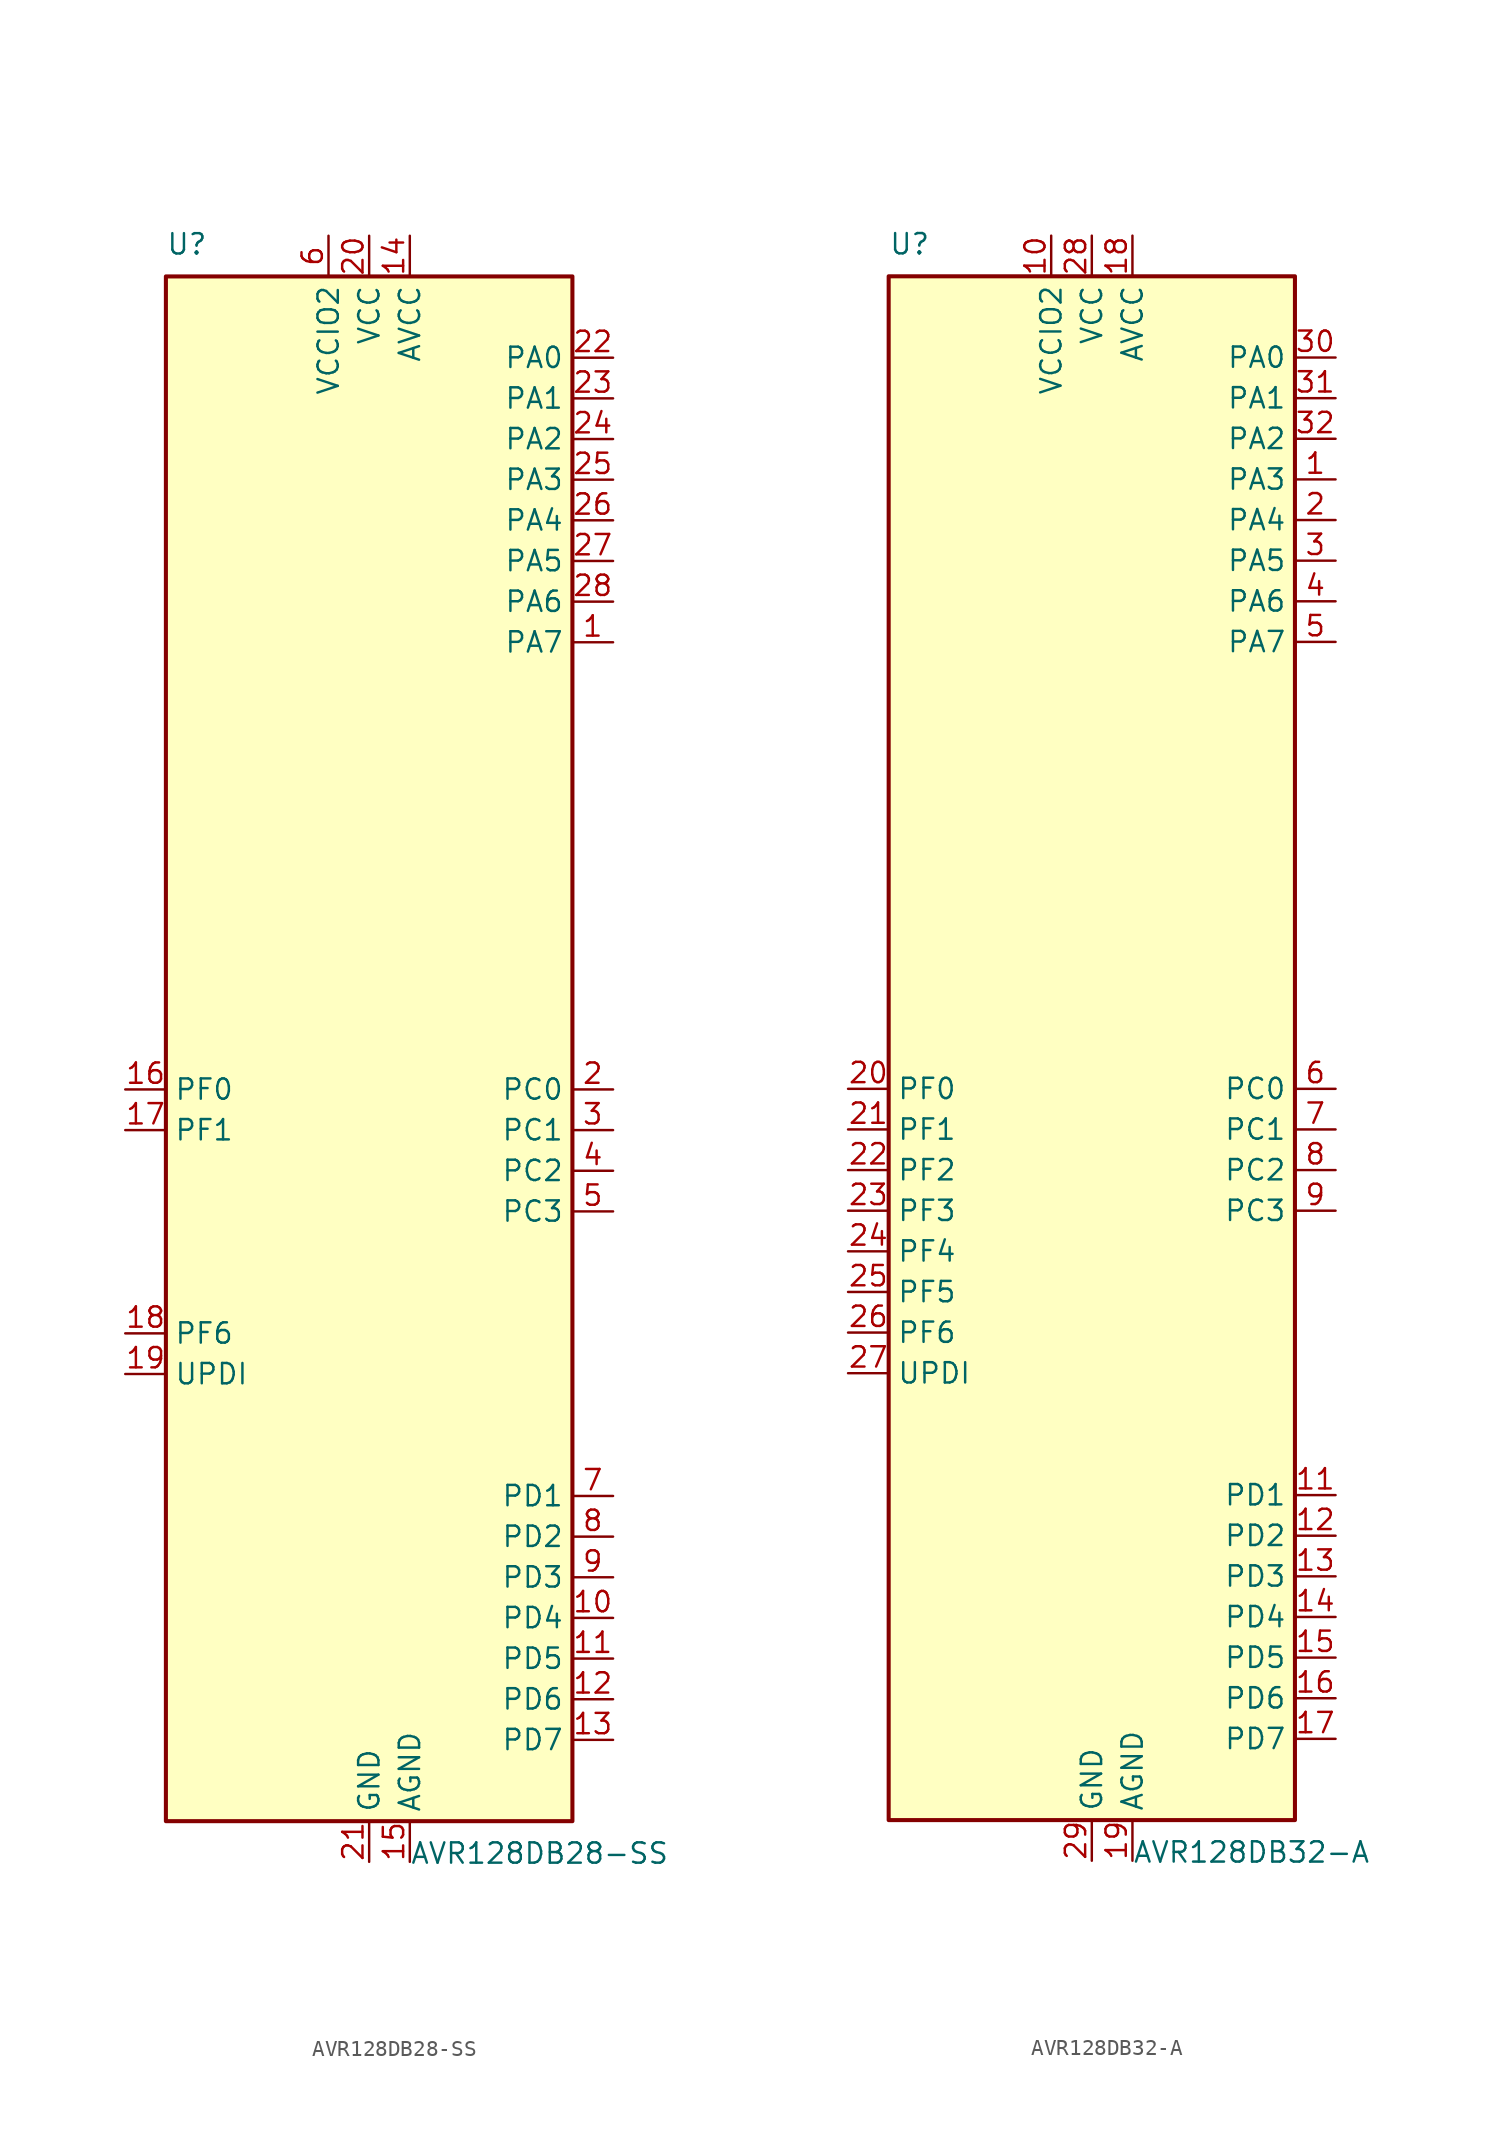
<source format=kicad_sym>
(kicad_symbol_lib
  (version 20211014)
  (generator kicad_symbol_editor)
  (symbol "AVR128DB28-SS"
    (property "Reference" "U"
      (at -12.7 49.53 0)
      (effects (font (size 1.27 1.27)) (justify left bottom)))
    (property "Value" "AVR128DB28-SS"
      (at 2.54 -49.53 0)
      (effects (font (size 1.27 1.27)) (justify left top)))
    (symbol "AVR128DB28-SS_0_1"
      (rectangle (start -12.7 -48.26) (end 12.7 48.26) (stroke (width 0.254) (type default) (color 0 0 0 0)) (fill (type background))))
    (symbol "AVR128DB28-SS_1_1"
      (pin bidirectional line (at 15.24 25.4 180) (length 2.54) (name "PA7" (effects (font (size 1.27 1.27)))) (number "1" (effects (font (size 1.27 1.27)))) (alternate "AC0-OUT" output line) (alternate "AC1-OUT" output line) (alternate "AC2-OUT" output line) (alternate "CLKOUT" output line) (alternate "EVOUTA(1)" output line) (alternate "SPI0-~{SS}" bidirectional line) (alternate "TCD0-WOD" output line) (alternate "USART0-XDIR(1)" output line) (alternate "ZCD0-OUT" output line) (alternate "ZCD1-OUT" output line) (alternate "ZDC2-OUT" output line))
      (pin bidirectional line (at 15.24 -35.56 180) (length 2.54) (name "PD4" (effects (font (size 1.27 1.27)))) (number "10" (effects (font (size 1.27 1.27)))) (alternate "AC1-AINP2" input line) (alternate "AC2-AINP1" input line) (alternate "ADC0-AIN4" input line) (alternate "OP1-INP" input line) (alternate "TCA0-WO4(3)" output line))
      (pin bidirectional line (at 15.24 -38.1 180) (length 2.54) (name "PD5" (effects (font (size 1.27 1.27)))) (number "11" (effects (font (size 1.27 1.27)))) (alternate "AC1-AINN0" input line) (alternate "ADC0-AIN5" input line) (alternate "OP1-OUT" output line) (alternate "TCA0-WO5(3)" output line))
      (pin bidirectional line (at 15.24 -40.64 180) (length 2.54) (name "PD6" (effects (font (size 1.27 1.27)))) (number "12" (effects (font (size 1.27 1.27)))) (alternate "AC0-AINP3" input line) (alternate "AC1-AINP3" input line) (alternate "AC2-AINP3" input line) (alternate "ADC0-AIN6" input line) (alternate "DAC0-OUT" output line) (alternate "LUT2-OUT(1)" output line))
      (pin bidirectional line (at 15.24 -43.18 180) (length 2.54) (name "PD7" (effects (font (size 1.27 1.27)))) (number "13" (effects (font (size 1.27 1.27)))) (alternate "AC0-AINN2" input line) (alternate "AC1-AINN2" input line) (alternate "AC2-AINN0/2" input line) (alternate "ADC0-AIN7" input line) (alternate "EVOUTD(1)" output line) (alternate "OP1-INN" input line) (alternate "VREFA" input line))
      (pin power_in line (at 2.54 50.8 270) (length 2.54) (name "AVCC" (effects (font (size 1.27 1.27)))) (number "14" (effects (font (size 1.27 1.27)))))
      (pin power_in line (at 2.54 -50.8 90) (length 2.54) (name "AGND" (effects (font (size 1.27 1.27)))) (number "15" (effects (font (size 1.27 1.27)))))
      (pin bidirectional line (at -15.24 -2.54 0) (length 2.54) (name "PF0" (effects (font (size 1.27 1.27)))) (number "16" (effects (font (size 1.27 1.27)))) (alternate "ADC0-AIN16(P)" input line) (alternate "LUT3-IN0" input line) (alternate "TCA0-WO0(5)" output line) (alternate "TCD0-WOA(2)" output line) (alternate "USART2-TXD" bidirectional line) (alternate "XTAL32K1" passive line))
      (pin bidirectional line (at -15.24 -5.08 0) (length 2.54) (name "PF1" (effects (font (size 1.27 1.27)))) (number "17" (effects (font (size 1.27 1.27)))) (alternate "ADC0-AIN17(P)" input line) (alternate "LUT3-IN1" input line) (alternate "TCA0-WO1(5)" output line) (alternate "TCD0-WOB(2)" output line) (alternate "USART2-RXD" input line) (alternate "XTAL32K2" passive line))
      (pin input line (at -15.24 -17.78 0) (length 2.54) (name "PF6" (effects (font (size 1.27 1.27)))) (number "18" (effects (font (size 1.27 1.27)))) (alternate "~{RESET}" input line))
      (pin bidirectional line (at -15.24 -20.32 0) (length 2.54) (name "UPDI" (effects (font (size 1.27 1.27)))) (number "19" (effects (font (size 1.27 1.27)))))
      (pin bidirectional line (at 15.24 -2.54 180) (length 2.54) (name "PC0" (effects (font (size 1.27 1.27)))) (number "2" (effects (font (size 1.27 1.27)))) (alternate "LUT1-IN0" input line) (alternate "SPI1-MOSI" bidirectional line) (alternate "TCA0-WO0(2)" output line) (alternate "TCB2-WO" output line) (alternate "USART1-TXD" bidirectional line))
      (pin power_in line (at 0 50.8 270) (length 2.54) (name "VCC" (effects (font (size 1.27 1.27)))) (number "20" (effects (font (size 1.27 1.27)))))
      (pin power_in line (at 0 -50.8 90) (length 2.54) (name "GND" (effects (font (size 1.27 1.27)))) (number "21" (effects (font (size 1.27 1.27)))))
      (pin bidirectional line (at 15.24 43.18 180) (length 2.54) (name "PA0" (effects (font (size 1.27 1.27)))) (number "22" (effects (font (size 1.27 1.27)))) (alternate "EXTCLK" input clock) (alternate "LUT0-IN0" input line) (alternate "TCA0-WO0" output line) (alternate "USART0-TXD" bidirectional line) (alternate "XTALHF1" passive line))
      (pin bidirectional line (at 15.24 40.64 180) (length 2.54) (name "PA1" (effects (font (size 1.27 1.27)))) (number "23" (effects (font (size 1.27 1.27)))) (alternate "LUT0-IN1" input line) (alternate "TCA0-WO1" output line) (alternate "USART0-RXD" input line) (alternate "XTALHF2" passive clock))
      (pin bidirectional line (at 15.24 38.1 180) (length 2.54) (name "PA2" (effects (font (size 1.27 1.27)))) (number "24" (effects (font (size 1.27 1.27)))) (alternate "EVOUTA" output line) (alternate "LUT0-IN2" input line) (alternate "TCA0-WO2" output line) (alternate "TCB0-WO" output line) (alternate "TWI0-SDA(MS)" bidirectional line) (alternate "USART0-XCK" bidirectional line))
      (pin bidirectional line (at 15.24 35.56 180) (length 2.54) (name "PA3" (effects (font (size 1.27 1.27)))) (number "25" (effects (font (size 1.27 1.27)))) (alternate "LUT0-OUT" output line) (alternate "TCA0-WO3" output line) (alternate "TCB1-WO" output line) (alternate "TWI0-SCL(MS)" bidirectional line) (alternate "USART0-XDIR" output line))
      (pin bidirectional line (at 15.24 33.02 180) (length 2.54) (name "PA4" (effects (font (size 1.27 1.27)))) (number "26" (effects (font (size 1.27 1.27)))) (alternate "SPI0-MOSI" bidirectional line) (alternate "TCA0-WO4" output line) (alternate "TCD0-WOA" output line) (alternate "USART0-TXD(1)" bidirectional line))
      (pin bidirectional line (at 15.24 30.48 180) (length 2.54) (name "PA5" (effects (font (size 1.27 1.27)))) (number "27" (effects (font (size 1.27 1.27)))) (alternate "SPI0-MISO" bidirectional line) (alternate "TCA0-WO5" output line) (alternate "TCD0-WOB" output line) (alternate "USART0-RXD(1)" input line))
      (pin bidirectional line (at 15.24 27.94 180) (length 2.54) (name "PA6" (effects (font (size 1.27 1.27)))) (number "28" (effects (font (size 1.27 1.27)))) (alternate "LUT0-OUT(1)" output line) (alternate "SPI0-SCK" bidirectional line) (alternate "TCD0-WOC" output line) (alternate "USART0-XCK(1)" bidirectional line))
      (pin bidirectional line (at 15.24 -5.08 180) (length 2.54) (name "PC1" (effects (font (size 1.27 1.27)))) (number "3" (effects (font (size 1.27 1.27)))) (alternate "LUT1-IN1" input line) (alternate "SPI1-MISO" bidirectional line) (alternate "TCA0-WO1(2)" output line) (alternate "TCB3-WO(1)" output line) (alternate "USART1-RXD" input line))
      (pin bidirectional line (at 15.24 -7.62 180) (length 2.54) (name "PC2" (effects (font (size 1.27 1.27)))) (number "4" (effects (font (size 1.27 1.27)))) (alternate "EVOUTC" output line) (alternate "LUT1-IN2" input line) (alternate "SPI1-SCK" bidirectional line) (alternate "TCA-WO2(2)" output line) (alternate "TWI0-SDA(MS+)(0,2)" bidirectional line) (alternate "USART1-XCK" bidirectional line))
      (pin bidirectional line (at 15.24 -10.16 180) (length 2.54) (name "PC3" (effects (font (size 1.27 1.27)))) (number "5" (effects (font (size 1.27 1.27)))) (alternate "LUT1-OUT" output line) (alternate "SPI1-~{SS}" bidirectional line) (alternate "TCA0-WO3(2)" output line) (alternate "TWI0-SCL(MS)(0,2" bidirectional line) (alternate "USART1-XDIR" output line))
      (pin power_in line (at -2.54 50.8 270) (length 2.54) (name "VCCIO2" (effects (font (size 1.27 1.27)))) (number "6" (effects (font (size 1.27 1.27)))))
      (pin bidirectional line (at 15.24 -27.94 180) (length 2.54) (name "PD1" (effects (font (size 1.27 1.27)))) (number "7" (effects (font (size 1.27 1.27)))) (alternate "ADC0-AIN1" input line) (alternate "LUT2-IN1" input line) (alternate "OP0-INP" input line) (alternate "TCA0-WO1(3)" output line) (alternate "ZCD0-ZCIN" input line))
      (pin bidirectional line (at 15.24 -30.48 180) (length 2.54) (name "PD2" (effects (font (size 1.27 1.27)))) (number "8" (effects (font (size 1.27 1.27)))) (alternate "AC0-AINP0" input line) (alternate "AC1-AINP0" input line) (alternate "AC2-AINP0" input line) (alternate "ADC0-AIN2" input line) (alternate "EVOUTD" output line) (alternate "LUT2-IN2" input line) (alternate "OP0-OUT" output line) (alternate "TCA0-WO2(3)" output line))
      (pin bidirectional line (at 15.24 -33.02 180) (length 2.54) (name "PD3" (effects (font (size 1.27 1.27)))) (number "9" (effects (font (size 1.27 1.27)))) (alternate "AC0-AINN0" input line) (alternate "AC1-AINP1" input line) (alternate "ADC0-AIN3" input line) (alternate "LUT2-OUT" output line) (alternate "OP0-INN" input line) (alternate "TCA0-WO3(3)" output line))))
  (symbol "AVR128DB32-A"
    (property "Reference" "U"
      (at -12.7 49.53 0)
      (effects (font (size 1.27 1.27)) (justify left bottom)))
    (property "Value" "AVR128DB32-A"
      (at 2.54 -49.53 0)
      (effects (font (size 1.27 1.27)) (justify left top)))
    (symbol "AVR128DB32-A_0_1"
      (rectangle (start -12.7 -48.26) (end 12.7 48.26) (stroke (width 0.254) (type default) (color 0 0 0 0)) (fill (type background))))
    (symbol "AVR128DB32-A_1_1"
      (pin bidirectional line (at 15.24 35.56 180) (length 2.54) (name "PA3" (effects (font (size 1.27 1.27)))) (number "1" (effects (font (size 1.27 1.27)))) (alternate "LUT0-OUT" output line) (alternate "TCA0-WO3" output line) (alternate "TCB1-WO" output line) (alternate "TWI0-SCL(MS)" bidirectional line) (alternate "USART0-XDIR" output line))
      (pin power_in line (at -2.54 50.8 270) (length 2.54) (name "VCCIO2" (effects (font (size 1.27 1.27)))) (number "10" (effects (font (size 1.27 1.27)))))
      (pin bidirectional line (at 15.24 -27.94 180) (length 2.54) (name "PD1" (effects (font (size 1.27 1.27)))) (number "11" (effects (font (size 1.27 1.27)))) (alternate "ADC0-AIN1" input line) (alternate "LUT2-IN1" input line) (alternate "OP0-INP" input line) (alternate "TCA0-WO1(3)" output line) (alternate "ZCD0-ZCIN" input line))
      (pin bidirectional line (at 15.24 -30.48 180) (length 2.54) (name "PD2" (effects (font (size 1.27 1.27)))) (number "12" (effects (font (size 1.27 1.27)))) (alternate "AC0-AINP0" input line) (alternate "AC1-AINP0" input line) (alternate "AC2-AINP0" input line) (alternate "ADC0-AIN2" input line) (alternate "EVOUTD" output line) (alternate "LUT2-IN2" input line) (alternate "OP0-OUT" output line) (alternate "TCA0-WO2(3)" output line))
      (pin bidirectional line (at 15.24 -33.02 180) (length 2.54) (name "PD3" (effects (font (size 1.27 1.27)))) (number "13" (effects (font (size 1.27 1.27)))) (alternate "AC0-AINN0" input line) (alternate "AC1-AINP1" input line) (alternate "ADC0-AIN3" input line) (alternate "LUT2-OUT" output line) (alternate "OP0-INN" input line) (alternate "TCA0-WO3(3)" output line))
      (pin bidirectional line (at 15.24 -35.56 180) (length 2.54) (name "PD4" (effects (font (size 1.27 1.27)))) (number "14" (effects (font (size 1.27 1.27)))) (alternate "AC1-AINP2" input line) (alternate "AC2-AINP1" input line) (alternate "ADC0-AIN4" input line) (alternate "OP1-INP" input line) (alternate "TCA0-WO4(3)" output line))
      (pin bidirectional line (at 15.24 -38.1 180) (length 2.54) (name "PD5" (effects (font (size 1.27 1.27)))) (number "15" (effects (font (size 1.27 1.27)))) (alternate "AC1-AINN0" input line) (alternate "ADC0-AIN5" input line) (alternate "OP1-OUT" output line) (alternate "TCA0-WO5(3)" output line))
      (pin bidirectional line (at 15.24 -40.64 180) (length 2.54) (name "PD6" (effects (font (size 1.27 1.27)))) (number "16" (effects (font (size 1.27 1.27)))) (alternate "AC0-AINP3" input line) (alternate "AC1-AINP3" input line) (alternate "AC2-AINP3" input line) (alternate "ADC0-AIN6" input line) (alternate "DAC0-OUT" output line) (alternate "LUT2-OUT(1)" output line))
      (pin bidirectional line (at 15.24 -43.18 180) (length 2.54) (name "PD7" (effects (font (size 1.27 1.27)))) (number "17" (effects (font (size 1.27 1.27)))) (alternate "AC0-AINN2" input line) (alternate "AC1-AINN2" input line) (alternate "AC2-AINN0/2" input line) (alternate "ADC0-AIN7" input line) (alternate "EVOUTD(1)" output line) (alternate "OP1-INN" input line) (alternate "VREFA" input line))
      (pin power_in line (at 2.54 50.8 270) (length 2.54) (name "AVCC" (effects (font (size 1.27 1.27)))) (number "18" (effects (font (size 1.27 1.27)))))
      (pin power_in line (at 2.54 -50.8 90) (length 2.54) (name "AGND" (effects (font (size 1.27 1.27)))) (number "19" (effects (font (size 1.27 1.27)))))
      (pin bidirectional line (at 15.24 33.02 180) (length 2.54) (name "PA4" (effects (font (size 1.27 1.27)))) (number "2" (effects (font (size 1.27 1.27)))) (alternate "SPI0-MOSI" bidirectional line) (alternate "TCA0-WO4" output line) (alternate "TCD0-WOA" output line) (alternate "USART0-TXD(1)" bidirectional line))
      (pin bidirectional line (at -15.24 -2.54 0) (length 2.54) (name "PF0" (effects (font (size 1.27 1.27)))) (number "20" (effects (font (size 1.27 1.27)))) (alternate "ADC0-AIN16(P)" input line) (alternate "LUT3-IN0" input line) (alternate "TCA0-WO0(5)" output line) (alternate "TCD0-WOA(2)" output line) (alternate "USART2-TXD" bidirectional line) (alternate "XTAL32K1" passive line))
      (pin bidirectional line (at -15.24 -5.08 0) (length 2.54) (name "PF1" (effects (font (size 1.27 1.27)))) (number "21" (effects (font (size 1.27 1.27)))) (alternate "ADC0-AIN17(P)" input line) (alternate "LUT3-IN1" input line) (alternate "TCA0-WO1(5)" output line) (alternate "TCD0-WOB(2)" output line) (alternate "USART2-RXD" input line) (alternate "XTAL32K2" passive line))
      (pin bidirectional line (at -15.24 -7.62 0) (length 2.54) (name "PF2" (effects (font (size 1.27 1.27)))) (number "22" (effects (font (size 1.27 1.27)))) (alternate "ADC0-AIN18(P)" input line) (alternate "EVOUTF" output line) (alternate "LUT3-IN2" input line) (alternate "TCA0-WO2(5)" output line) (alternate "TCD0-WOC(2)" output line) (alternate "TWI1-SDA(MS+)" bidirectional line) (alternate "USART2-XCK" bidirectional line))
      (pin bidirectional line (at -15.24 -10.16 0) (length 2.54) (name "PF3" (effects (font (size 1.27 1.27)))) (number "23" (effects (font (size 1.27 1.27)))) (alternate "ADC0-AIN19(P)" input line) (alternate "LUT3-OUT" output line) (alternate "TCA0-WO3(5)" output line) (alternate "TCD0-WOD(2)" output line) (alternate "TWI1-SCL(MS+)" bidirectional line) (alternate "USART2-XDIR" output line))
      (pin bidirectional line (at -15.24 -12.7 0) (length 2.54) (name "PF4" (effects (font (size 1.27 1.27)))) (number "24" (effects (font (size 1.27 1.27)))) (alternate "ADC0-AIN20(P)" input line) (alternate "TCA0-WO4(5)" output line) (alternate "TCB0-WO(1)" output line) (alternate "USART2-TXD(1)" output line))
      (pin bidirectional line (at -15.24 -15.24 0) (length 2.54) (name "PF5" (effects (font (size 1.27 1.27)))) (number "25" (effects (font (size 1.27 1.27)))) (alternate "ADC0-AIN21(P)" input line) (alternate "TCA0-WO5(5)" output line) (alternate "TCB1-WO(1)" output line) (alternate "USART2-RXD(1)" input line))
      (pin input line (at -15.24 -17.78 0) (length 2.54) (name "PF6" (effects (font (size 1.27 1.27)))) (number "26" (effects (font (size 1.27 1.27)))) (alternate "~{RESET}" input line))
      (pin bidirectional line (at -15.24 -20.32 0) (length 2.54) (name "UPDI" (effects (font (size 1.27 1.27)))) (number "27" (effects (font (size 1.27 1.27)))))
      (pin power_in line (at 0 50.8 270) (length 2.54) (name "VCC" (effects (font (size 1.27 1.27)))) (number "28" (effects (font (size 1.27 1.27)))))
      (pin power_in line (at 0 -50.8 90) (length 2.54) (name "GND" (effects (font (size 1.27 1.27)))) (number "29" (effects (font (size 1.27 1.27)))))
      (pin bidirectional line (at 15.24 30.48 180) (length 2.54) (name "PA5" (effects (font (size 1.27 1.27)))) (number "3" (effects (font (size 1.27 1.27)))) (alternate "SPI0-MISO" bidirectional line) (alternate "TCA0-WO5" output line) (alternate "TCD0-WOB" output line) (alternate "USART0-RXD(1)" input line))
      (pin bidirectional line (at 15.24 43.18 180) (length 2.54) (name "PA0" (effects (font (size 1.27 1.27)))) (number "30" (effects (font (size 1.27 1.27)))) (alternate "EXTCLK" input clock) (alternate "LUT0-IN0" input line) (alternate "TCA0-WO0" output line) (alternate "USART0-TXD" bidirectional line) (alternate "XTALHF1" passive line))
      (pin bidirectional line (at 15.24 40.64 180) (length 2.54) (name "PA1" (effects (font (size 1.27 1.27)))) (number "31" (effects (font (size 1.27 1.27)))) (alternate "LUT0-IN1" input line) (alternate "TCA0-WO1" output line) (alternate "USART0-RXD" input line) (alternate "XTALHF2" passive clock))
      (pin bidirectional line (at 15.24 38.1 180) (length 2.54) (name "PA2" (effects (font (size 1.27 1.27)))) (number "32" (effects (font (size 1.27 1.27)))) (alternate "EVOUTA" output line) (alternate "LUT0-IN2" input line) (alternate "TCA0-WO2" output line) (alternate "TCB0-WO" output line) (alternate "TWI0-SDA(MS)" bidirectional line) (alternate "USART0-XCK" bidirectional line))
      (pin bidirectional line (at 15.24 27.94 180) (length 2.54) (name "PA6" (effects (font (size 1.27 1.27)))) (number "4" (effects (font (size 1.27 1.27)))) (alternate "LUT0-OUT(1)" output line) (alternate "SPI0-SCK" bidirectional line) (alternate "TCD0-WOC" output line) (alternate "USART0-XCK(1)" bidirectional line))
      (pin bidirectional line (at 15.24 25.4 180) (length 2.54) (name "PA7" (effects (font (size 1.27 1.27)))) (number "5" (effects (font (size 1.27 1.27)))) (alternate "AC0-OUT" output line) (alternate "AC1-OUT" output line) (alternate "AC2-OUT" output line) (alternate "CLKOUT" output line) (alternate "EVOUTA(1)" output line) (alternate "SPI0-~{SS}" bidirectional line) (alternate "TCD0-WOD" output line) (alternate "USART0-XDIR(1)" output line) (alternate "ZCD0-OUT" output line) (alternate "ZCD1-OUT" output line) (alternate "ZDC2-OUT" output line))
      (pin bidirectional line (at 15.24 -2.54 180) (length 2.54) (name "PC0" (effects (font (size 1.27 1.27)))) (number "6" (effects (font (size 1.27 1.27)))) (alternate "LUT1-IN0" input line) (alternate "SPI1-MOSI" bidirectional line) (alternate "TCA0-WO0(2)" output line) (alternate "TCB2-WO" output line) (alternate "USART1-TXD" bidirectional line))
      (pin bidirectional line (at 15.24 -5.08 180) (length 2.54) (name "PC1" (effects (font (size 1.27 1.27)))) (number "7" (effects (font (size 1.27 1.27)))) (alternate "LUT1-IN1" input line) (alternate "SPI1-MISO" bidirectional line) (alternate "TCA0-WO1(2)" output line) (alternate "TCB3-WO(1)" output line) (alternate "USART1-RXD" input line))
      (pin bidirectional line (at 15.24 -7.62 180) (length 2.54) (name "PC2" (effects (font (size 1.27 1.27)))) (number "8" (effects (font (size 1.27 1.27)))) (alternate "EVOUTC" output line) (alternate "LUT1-IN2" input line) (alternate "SPI1-SCK" bidirectional line) (alternate "TCA-WO2(2)" output line) (alternate "TWI0-SDA(MS+)(0,2)" bidirectional line) (alternate "USART1-XCK" bidirectional line))
      (pin bidirectional line (at 15.24 -10.16 180) (length 2.54) (name "PC3" (effects (font (size 1.27 1.27)))) (number "9" (effects (font (size 1.27 1.27)))) (alternate "LUT1-OUT" output line) (alternate "SPI1-~{SS}" bidirectional line) (alternate "TCA0-WO3(2)" output line) (alternate "TWI0-SCL(MS)(0,2" bidirectional line) (alternate "USART1-XDIR" output line)))))
</source>
